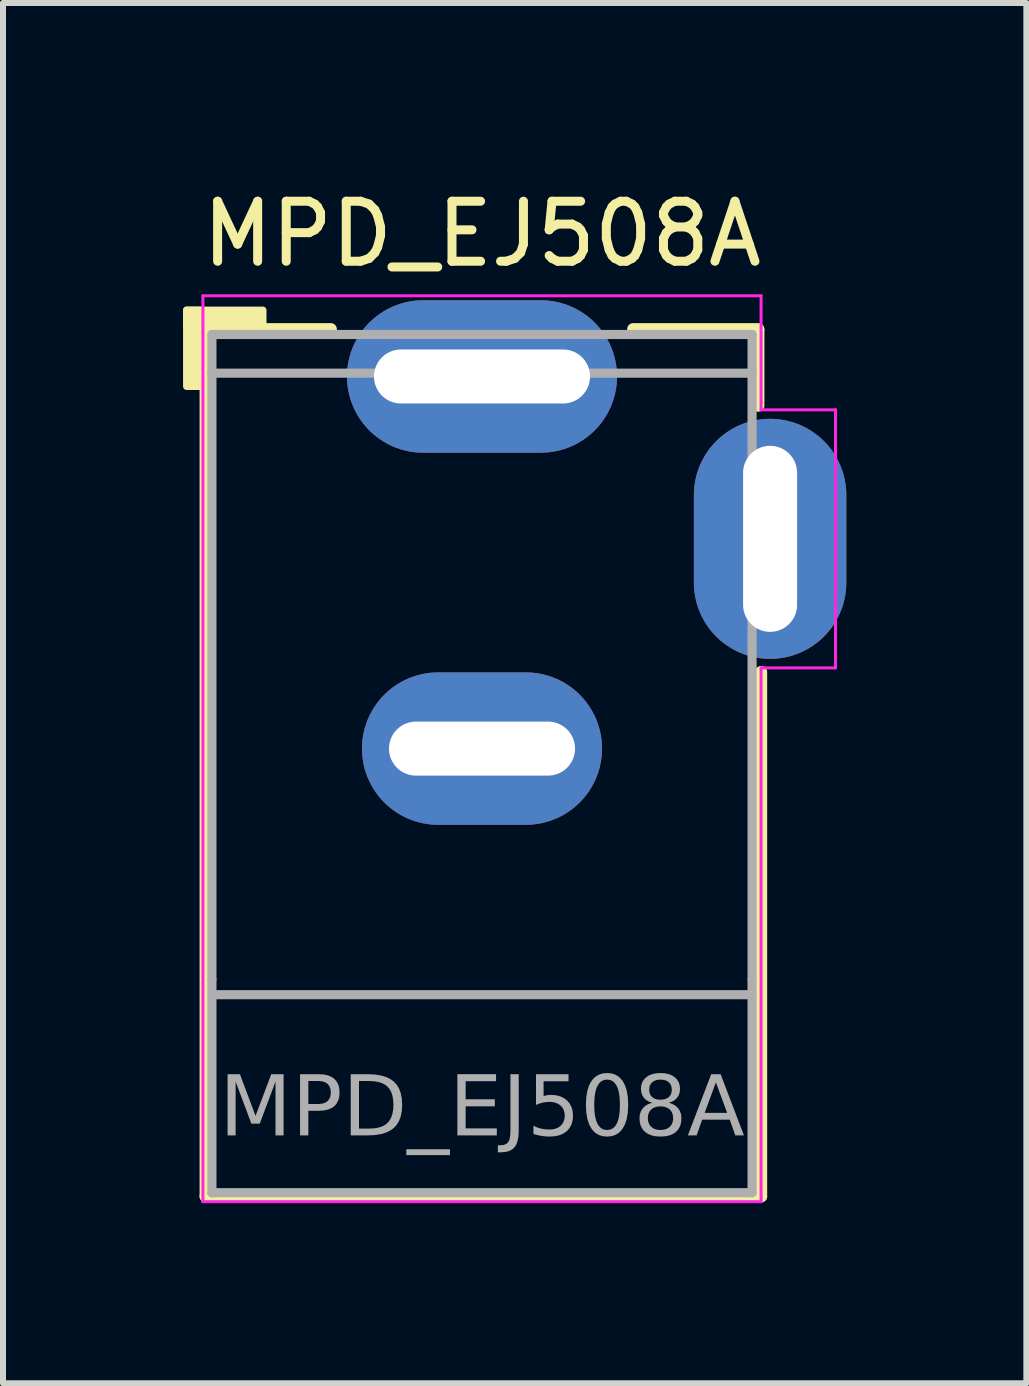
<source format=kicad_pcb>
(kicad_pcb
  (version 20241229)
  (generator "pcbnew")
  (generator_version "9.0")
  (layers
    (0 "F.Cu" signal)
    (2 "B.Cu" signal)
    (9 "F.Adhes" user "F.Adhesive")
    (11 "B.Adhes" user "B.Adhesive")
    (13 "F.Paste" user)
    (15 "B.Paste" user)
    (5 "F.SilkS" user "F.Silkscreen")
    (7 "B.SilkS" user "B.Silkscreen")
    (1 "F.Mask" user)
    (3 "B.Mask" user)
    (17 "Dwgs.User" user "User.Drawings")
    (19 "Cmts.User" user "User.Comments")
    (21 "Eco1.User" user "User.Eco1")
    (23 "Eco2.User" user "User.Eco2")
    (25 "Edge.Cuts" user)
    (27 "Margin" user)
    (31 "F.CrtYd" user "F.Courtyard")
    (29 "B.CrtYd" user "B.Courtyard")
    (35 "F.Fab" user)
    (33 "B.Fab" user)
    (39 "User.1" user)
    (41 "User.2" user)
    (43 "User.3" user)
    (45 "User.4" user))
  (footprint "MPD_EJ508A"
    (layer "F.Cu")
    (at 4.981 5.928)
    (property "Reference" "MPD_EJ508A" (at 0 -5.08 0) (layer "F.SilkS") (effects (font (size 1 1) (thickness 0.15))))
    (attr through_hole)
    (fp_line (start -4.604 -3.493) (end -4.604 10.954) (stroke (width 0.203) (type solid)) (layer "F.SilkS"))
    (fp_line (start -4.604 10.954) (end 4.65 10.954) (stroke (width 0.203) (type solid)) (layer "F.SilkS"))
    (fp_line (start -2.52 -3.493) (end -4.604 -3.493) (stroke (width 0.203) (type solid)) (layer "F.SilkS"))
    (fp_line (start 2.52 -3.493) (end 4.604 -3.493) (stroke (width 0.203) (type solid)) (layer "F.SilkS"))
    (fp_line (start 4.604 -3.475) (end 4.604 -2.22) (stroke (width 0.203) (type solid)) (layer "F.SilkS"))
    (fp_line (start 4.65 10.954) (end 4.65 2.22) (stroke (width 0.203) (type solid)) (layer "F.SilkS"))
    (fp_rect (start -4.921 -3.81) (end -4.667 -2.54) (stroke (width 0.12) (type solid)) (fill yes) (layer "F.SilkS"))
    (fp_rect (start -4.921 -3.81) (end -3.651 -3.556) (stroke (width 0.12) (type solid)) (fill yes) (layer "F.SilkS"))
    (fp_line (start -4.65 -4.05) (end -4.65 11.045) (stroke (width 0.05) (type solid)) (layer "F.CrtYd"))
    (fp_line (start -4.65 11.045) (end 4.65 11.045) (stroke (width 0.05) (type solid)) (layer "F.CrtYd"))
    (fp_line (start 4.65 -4.05) (end -4.65 -4.05) (stroke (width 0.05) (type solid)) (layer "F.CrtYd"))
    (fp_line (start 4.65 -4.05) (end 4.65 -2.15) (stroke (width 0.05) (type solid)) (layer "F.CrtYd"))
    (fp_line (start 4.65 -2.15) (end 5.89 -2.15) (stroke (width 0.05) (type solid)) (layer "F.CrtYd"))
    (fp_line (start 4.65 2.15) (end 4.65 11.045) (stroke (width 0.05) (type solid)) (layer "F.CrtYd"))
    (fp_line (start 5.89 -2.15) (end 5.89 2.15) (stroke (width 0.05) (type solid)) (layer "F.CrtYd"))
    (fp_line (start 5.89 2.15) (end 4.65 2.15) (stroke (width 0.05) (type solid)) (layer "F.CrtYd"))
    (fp_line (start -4.5 -3.405) (end -4.5 -2.76) (stroke (width 0.152) (type solid)) (layer "F.Fab"))
    (fp_line (start -4.5 -2.76) (end -4.5 7.34) (stroke (width 0.152) (type solid)) (layer "F.Fab"))
    (fp_line (start -4.5 -2.76) (end 4.5 -2.76) (stroke (width 0.152) (type solid)) (layer "F.Fab"))
    (fp_line (start -4.5 7.34) (end -4.5 10.895) (stroke (width 0.152) (type solid)) (layer "F.Fab"))
    (fp_line (start -4.5 7.595) (end 4.5 7.595) (stroke (width 0.152) (type solid)) (layer "F.Fab"))
    (fp_line (start -4.5 10.895) (end 4.5 10.895) (stroke (width 0.152) (type solid)) (layer "F.Fab"))
    (fp_line (start 4.5 -3.405) (end -4.5 -3.405) (stroke (width 0.152) (type solid)) (layer "F.Fab"))
    (fp_line (start 4.5 -2.76) (end 4.5 -3.405) (stroke (width 0.152) (type solid)) (layer "F.Fab"))
    (fp_line (start 4.5 7.34) (end 4.5 -2.76) (stroke (width 0.152) (type solid)) (layer "F.Fab"))
    (fp_line (start 4.5 10.895) (end 4.5 7.34) (stroke (width 0.152) (type solid)) (layer "F.Fab"))
    (fp_text user "${REFERENCE}" (at 0 9.525 0) (layer "F.Fab") (effects (font (face "Tahoma") (size 1 1) (thickness 0.15))))
    (pad "2" thru_hole oval (at 4.8 0) (size 2.54 4) (drill oval 0.9 3.1) (layers "*.Cu" "*.Mask"))
    (pad "3" thru_hole oval (at 0 3.495) (size 4 2.54) (drill oval 3.1 0.9) (layers "*.Cu" "*.Mask"))
    (pad "4" thru_hole oval (at 0 -2.705) (size 4.5 2.54) (drill oval 3.6 0.9) (layers "*.Cu" "*.Mask")))
  (gr_rect
    (start -3 -3)
    (end 14.051 19.998)
    (stroke (width 0.1) (type default))
    (fill no)
    (layer "Edge.Cuts")))
</source>
